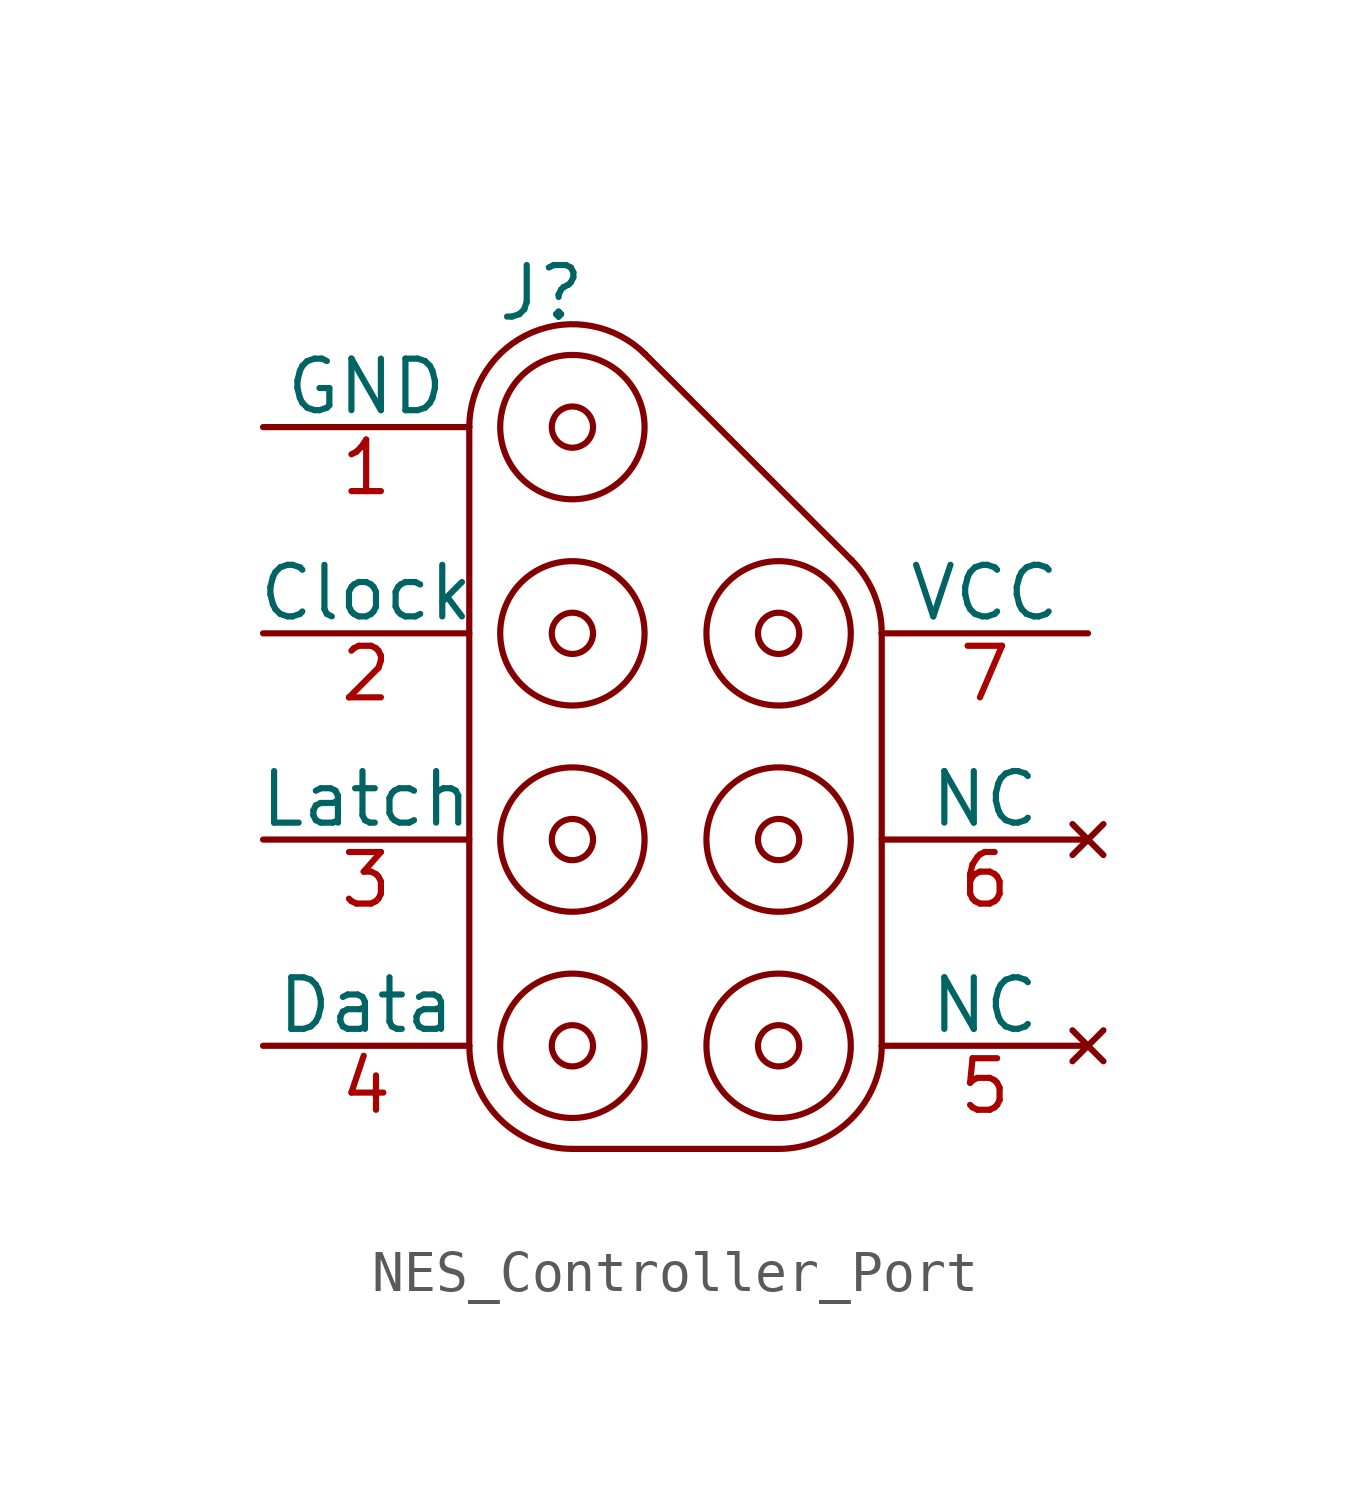
<source format=kicad_sym>
(kicad_symbol_lib
  (version 20231120)
  (generator "kicad_symbol_editor")
  (generator_version "8.0")
  (symbol "NES_Controller_Port"
    (pin_names
      (offset 0))
    (property "Reference" "J"
      (at -3.302 10.922 0)
      (effects (font (size 1.27 1.27))))
    (property "Value" ""
      (at 0 0 0)
      (effects (font (size 1.27 1.27))))
    (symbol "NES_Controller_Port_0_1"
      (arc (start -5.08 -7.62) (mid -4.3361 -9.4161) (end -2.54 -10.16) (stroke (width 0) (type default)) (fill (type none)))
      (circle (center -2.54 -7.62) (radius 0.508) (stroke (width 0) (type default)) (fill (type none)))
      (circle (center -2.54 -7.62) (radius 1.778) (stroke (width 0) (type default)) (fill (type none)))
      (circle (center -2.54 -2.54) (radius 0.508) (stroke (width 0) (type default)) (fill (type none)))
      (circle (center -2.54 -2.54) (radius 1.778) (stroke (width 0) (type default)) (fill (type none)))
      (circle (center -2.54 2.54) (radius 0.508) (stroke (width 0) (type default)) (fill (type none)))
      (circle (center -2.54 2.54) (radius 1.778) (stroke (width 0) (type default)) (fill (type none)))
      (circle (center -2.54 7.62) (radius 0.508) (stroke (width 0) (type default)) (fill (type none)))
      (circle (center -2.54 7.62) (radius 1.778) (stroke (width 0) (type default)) (fill (type none)))
      (arc (start -0.7536 9.423) (mid -3.5158 9.959) (end -5.08 7.62) (stroke (width 0) (type default)) (fill (type none)))
      (polyline (pts (xy -5.08 -7.62) (xy -5.08 7.62)) (stroke (width 0) (type default)) (fill (type none)))
      (polyline (pts (xy -2.54 -10.16) (xy 2.54 -10.16)) (stroke (width 0) (type default)) (fill (type none)))
      (polyline (pts (xy 4.337 4.343) (xy -0.754 9.423)) (stroke (width 0) (type default)) (fill (type none)))
      (polyline (pts (xy 5.08 -7.62) (xy 5.08 2.54)) (stroke (width 0) (type default)) (fill (type none)))
      (arc (start 2.54 -10.16) (mid 4.3361 -9.4161) (end 5.08 -7.62) (stroke (width 0) (type default)) (fill (type none)))
      (circle (center 2.54 -7.62) (radius 0.508) (stroke (width 0) (type default)) (fill (type none)))
      (circle (center 2.54 -7.62) (radius 1.778) (stroke (width 0) (type default)) (fill (type none)))
      (circle (center 2.54 -2.54) (radius 0.508) (stroke (width 0) (type default)) (fill (type none)))
      (circle (center 2.54 -2.54) (radius 1.778) (stroke (width 0) (type default)) (fill (type none)))
      (circle (center 2.54 2.54) (radius 0.508) (stroke (width 0) (type default)) (fill (type none)))
      (circle (center 2.54 2.54) (radius 1.778) (stroke (width 0) (type default)) (fill (type none)))
      (arc (start 5.08 2.54) (mid 4.8884 3.5156) (end 4.3374 4.343) (stroke (width 0) (type default)) (fill (type none))))
    (symbol "NES_Controller_Port_1_1"
      (pin power_in line (at -10.16 7.62 0) (length 5.08) (name "GND" (effects (font (size 1.27 1.27)))) (number "1" (effects (font (size 1.27 1.27)))))
      (pin output line (at -10.16 2.54 0) (length 5.08) (name "Clock" (effects (font (size 1.27 1.27)))) (number "2" (effects (font (size 1.27 1.27)))))
      (pin output line (at -10.16 -2.54 0) (length 5.08) (name "Latch" (effects (font (size 1.27 1.27)))) (number "3" (effects (font (size 1.27 1.27)))))
      (pin input line (at -10.16 -7.62 0) (length 5.08) (name "Data" (effects (font (size 1.27 1.27)))) (number "4" (effects (font (size 1.27 1.27)))))
      (pin no_connect line (at 10.16 -7.62 180) (length 5.08) (name "NC" (effects (font (size 1.27 1.27)))) (number "5" (effects (font (size 1.27 1.27)))))
      (pin no_connect line (at 10.16 -2.54 180) (length 5.08) (name "NC" (effects (font (size 1.27 1.27)))) (number "6" (effects (font (size 1.27 1.27)))))
      (pin power_in line (at 10.16 2.54 180) (length 5.08) (name "VCC" (effects (font (size 1.27 1.27)))) (number "7" (effects (font (size 1.27 1.27))))))))
</source>
